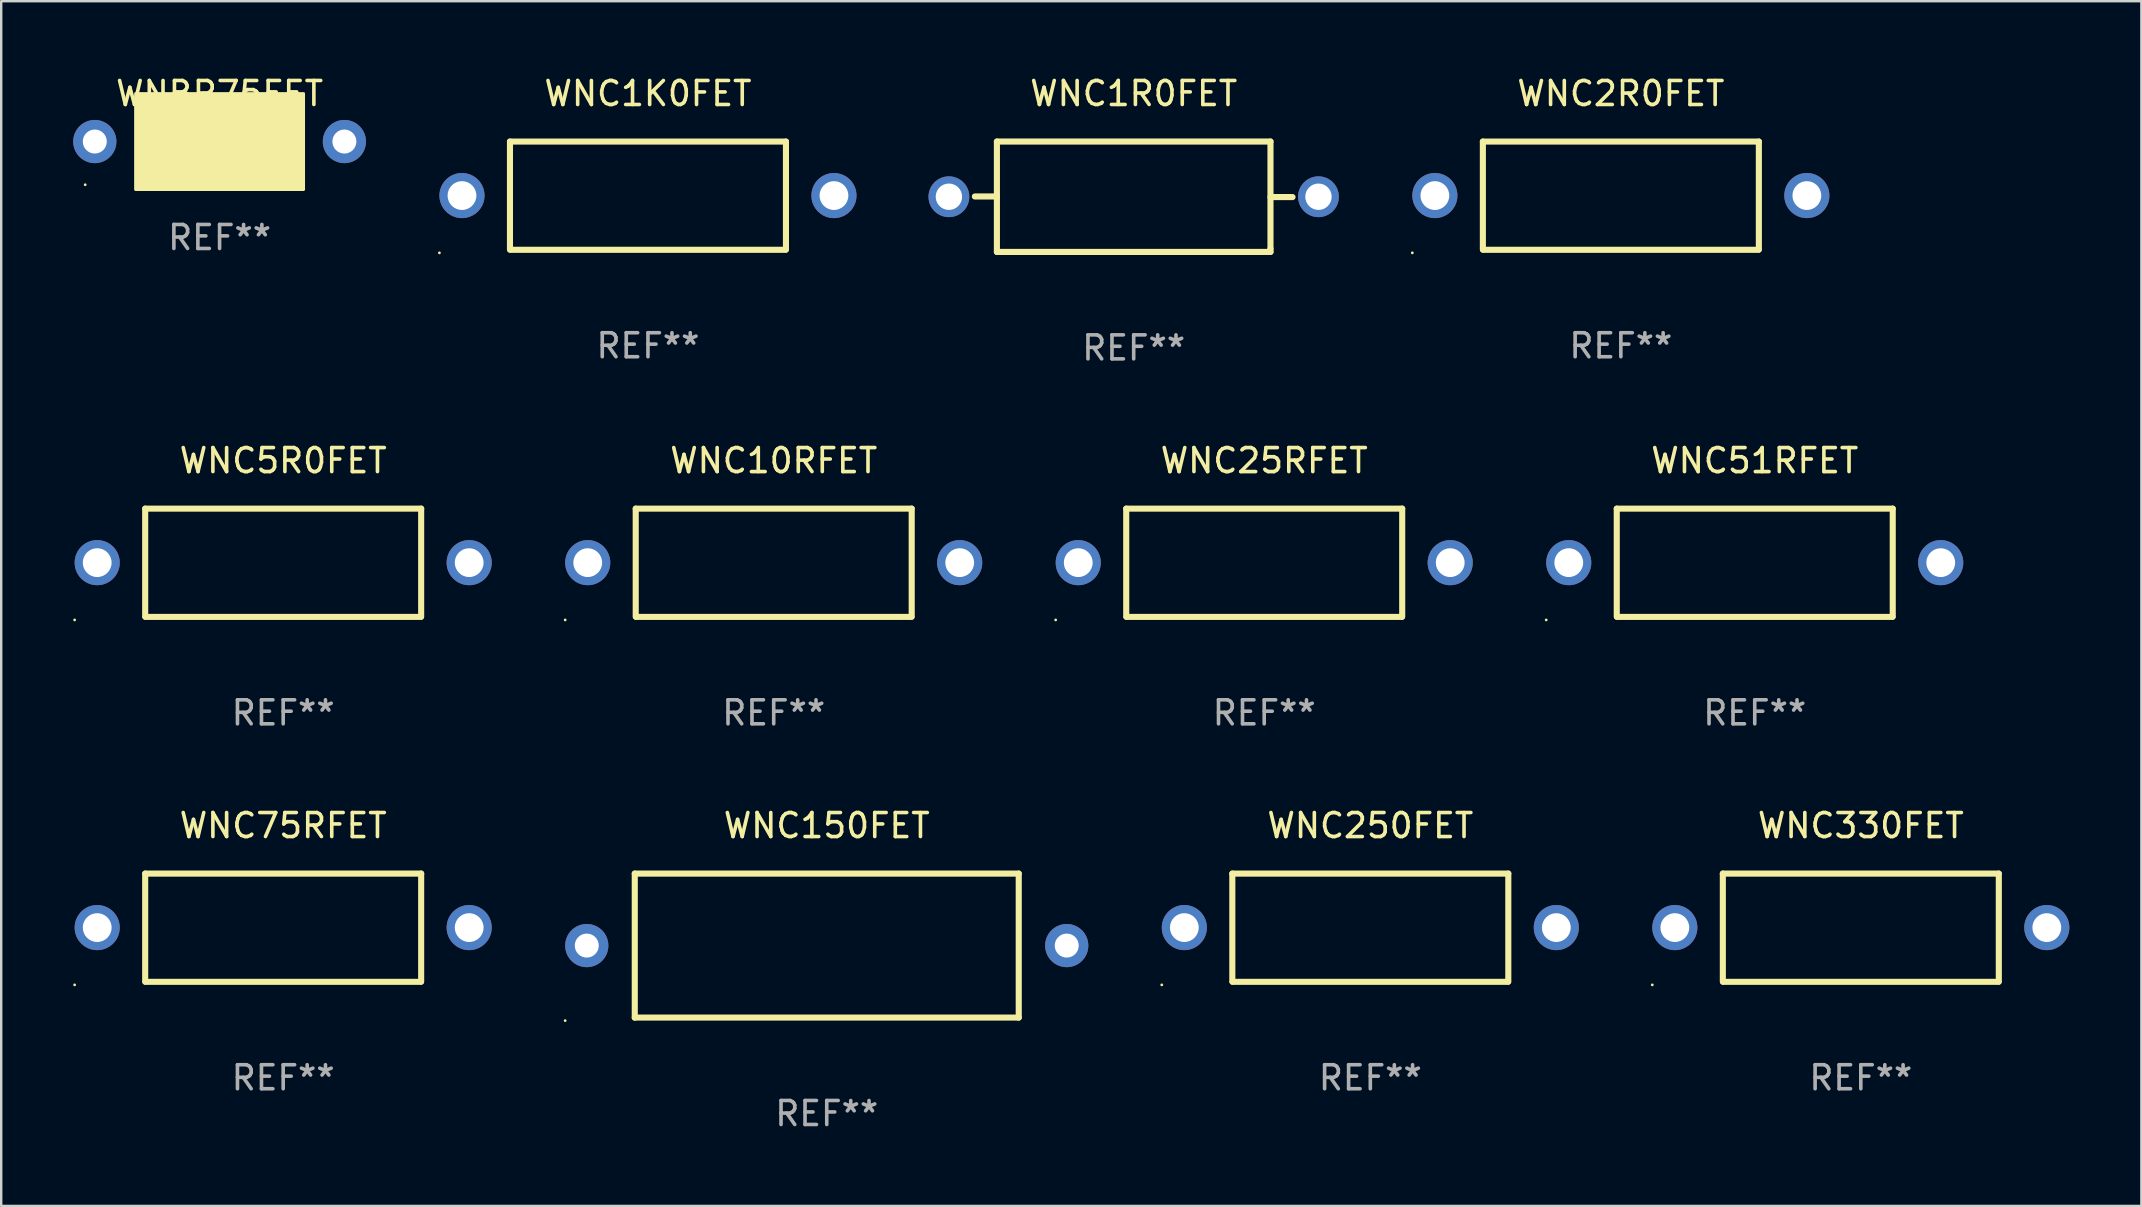
<source format=kicad_pcb>
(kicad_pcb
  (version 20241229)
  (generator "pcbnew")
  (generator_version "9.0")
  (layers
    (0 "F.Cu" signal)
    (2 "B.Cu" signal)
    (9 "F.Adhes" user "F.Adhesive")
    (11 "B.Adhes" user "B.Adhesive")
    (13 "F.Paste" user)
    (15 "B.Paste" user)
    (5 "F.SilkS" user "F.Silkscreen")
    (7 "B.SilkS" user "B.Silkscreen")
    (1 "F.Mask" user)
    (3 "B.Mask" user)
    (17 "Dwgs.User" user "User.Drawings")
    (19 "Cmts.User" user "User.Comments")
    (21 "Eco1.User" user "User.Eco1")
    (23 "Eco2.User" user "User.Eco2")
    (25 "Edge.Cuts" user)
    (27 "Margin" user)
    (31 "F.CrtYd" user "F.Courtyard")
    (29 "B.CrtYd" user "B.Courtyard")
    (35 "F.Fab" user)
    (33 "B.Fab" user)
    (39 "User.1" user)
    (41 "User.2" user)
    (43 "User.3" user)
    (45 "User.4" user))
  (footprint "WNC150FET"
    (layer "F.Cu")
    (at 31.4 36.352)
    (property "Reference" "WNC150FET" (at 0 -5 0) (layer "F.SilkS") (effects (font (size 1 1) (thickness 0.15))))
    (attr through_hole)
    (fp_line (start -8 -3) (end -8 3) (stroke (width 0.254) (type solid)) (layer "F.SilkS"))
    (fp_line (start -8 -3) (end 8 -3) (stroke (width 0.254) (type solid)) (layer "F.SilkS"))
    (fp_line (start -8 3) (end 8 3) (stroke (width 0.254) (type solid)) (layer "F.SilkS"))
    (fp_line (start 8 -3) (end 8 3) (stroke (width 0.254) (type solid)) (layer "F.SilkS"))
    (fp_circle (center -10.9 3.127) (end -10.87 3.127) (stroke (width 0.06) (type solid)) (fill no) (layer "F.SilkS"))
    (fp_text user "REF**" (at 0 7 0) (layer "F.Fab") (effects (font (size 1 1) (thickness 0.15))))
    (pad "1" thru_hole circle (at -10 0) (size 1.8 1.8) (drill 1) (layers "*.Cu" "*.Mask"))
    (pad "2" thru_hole circle (at 10 0) (size 1.8 1.8) (drill 1) (layers "*.Cu" "*.Mask")))
  (footprint "WNC5R0FET"
    (layer "F.Cu")
    (at 8.75 20.4)
    (property "Reference" "WNC5R0FET" (at 0 -4.255 0) (layer "F.SilkS") (effects (font (size 1 1) (thickness 0.15))))
    (attr through_hole)
    (fp_line (start -5.75 -2.255) (end 5.75 -2.255) (stroke (width 0.254) (type solid)) (layer "F.SilkS"))
    (fp_line (start -5.75 2.245) (end -5.75 -2.255) (stroke (width 0.254) (type solid)) (layer "F.SilkS"))
    (fp_line (start 5.74 2.255) (end -5.74 2.255) (stroke (width 0.254) (type solid)) (layer "F.SilkS"))
    (fp_line (start 5.75 -2.255) (end 5.75 2.245) (stroke (width 0.254) (type solid)) (layer "F.SilkS"))
    (fp_circle (center -8.69 2.382) (end -8.66 2.382) (stroke (width 0.06) (type solid)) (fill no) (layer "F.SilkS"))
    (fp_text user "REF**" (at 0 6.255 0) (layer "F.Fab") (effects (font (size 1 1) (thickness 0.15))))
    (pad "1" thru_hole circle (at -7.75 -0.005) (size 1.88 1.88) (drill 1.2) (layers "*.Cu" "*.Mask"))
    (pad "2" thru_hole circle (at 7.75 -0.005) (size 1.88 1.88) (drill 1.2) (layers "*.Cu" "*.Mask")))
  (footprint "WNC1K0FET"
    (layer "F.Cu")
    (at 23.95 5.104)
    (property "Reference" "WNC1K0FET" (at 0 -4.255 0) (layer "F.SilkS") (effects (font (size 1 1) (thickness 0.15))))
    (attr through_hole)
    (fp_line (start -5.75 -2.255) (end 5.75 -2.255) (stroke (width 0.254) (type solid)) (layer "F.SilkS"))
    (fp_line (start -5.75 2.245) (end -5.75 -2.255) (stroke (width 0.254) (type solid)) (layer "F.SilkS"))
    (fp_line (start 5.74 2.255) (end -5.74 2.255) (stroke (width 0.254) (type solid)) (layer "F.SilkS"))
    (fp_line (start 5.75 -2.255) (end 5.75 2.245) (stroke (width 0.254) (type solid)) (layer "F.SilkS"))
    (fp_circle (center -8.69 2.382) (end -8.66 2.382) (stroke (width 0.06) (type solid)) (fill no) (layer "F.SilkS"))
    (fp_text user "REF**" (at 0 6.255 0) (layer "F.Fab") (effects (font (size 1 1) (thickness 0.15))))
    (pad "1" thru_hole circle (at -7.75 -0.005) (size 1.88 1.88) (drill 1.2) (layers "*.Cu" "*.Mask"))
    (pad "2" thru_hole circle (at 7.75 -0.005) (size 1.88 1.88) (drill 1.2) (layers "*.Cu" "*.Mask")))
  (footprint "WNC250FET"
    (layer "F.Cu")
    (at 54.05 35.607)
    (property "Reference" "WNC250FET" (at 0 -4.255 0) (layer "F.SilkS") (effects (font (size 1 1) (thickness 0.15))))
    (attr through_hole)
    (fp_line (start -5.75 -2.255) (end 5.75 -2.255) (stroke (width 0.254) (type solid)) (layer "F.SilkS"))
    (fp_line (start -5.75 2.245) (end -5.75 -2.255) (stroke (width 0.254) (type solid)) (layer "F.SilkS"))
    (fp_line (start 5.74 2.255) (end -5.74 2.255) (stroke (width 0.254) (type solid)) (layer "F.SilkS"))
    (fp_line (start 5.75 -2.255) (end 5.75 2.245) (stroke (width 0.254) (type solid)) (layer "F.SilkS"))
    (fp_circle (center -8.69 2.382) (end -8.66 2.382) (stroke (width 0.06) (type solid)) (fill no) (layer "F.SilkS"))
    (fp_text user "REF**" (at 0 6.255 0) (layer "F.Fab") (effects (font (size 1 1) (thickness 0.15))))
    (pad "1" thru_hole circle (at -7.75 -0.005) (size 1.88 1.88) (drill 1.2) (layers "*.Cu" "*.Mask"))
    (pad "2" thru_hole circle (at 7.75 -0.005) (size 1.88 1.88) (drill 1.2) (layers "*.Cu" "*.Mask")))
  (footprint "WNC25RFET"
    (layer "F.Cu")
    (at 49.629 20.4)
    (property "Reference" "WNC25RFET" (at 0 -4.255 0) (layer "F.SilkS") (effects (font (size 1 1) (thickness 0.15))))
    (attr through_hole)
    (fp_line (start -5.75 -2.255) (end 5.75 -2.255) (stroke (width 0.254) (type solid)) (layer "F.SilkS"))
    (fp_line (start -5.75 2.245) (end -5.75 -2.255) (stroke (width 0.254) (type solid)) (layer "F.SilkS"))
    (fp_line (start 5.74 2.255) (end -5.74 2.255) (stroke (width 0.254) (type solid)) (layer "F.SilkS"))
    (fp_line (start 5.75 -2.255) (end 5.75 2.245) (stroke (width 0.254) (type solid)) (layer "F.SilkS"))
    (fp_circle (center -8.69 2.382) (end -8.66 2.382) (stroke (width 0.06) (type solid)) (fill no) (layer "F.SilkS"))
    (fp_text user "REF**" (at 0 6.255 0) (layer "F.Fab") (effects (font (size 1 1) (thickness 0.15))))
    (pad "1" thru_hole circle (at -7.75 -0.005) (size 1.88 1.88) (drill 1.2) (layers "*.Cu" "*.Mask"))
    (pad "2" thru_hole circle (at 7.75 -0.005) (size 1.88 1.88) (drill 1.2) (layers "*.Cu" "*.Mask")))
  (footprint "WNC10RFET"
    (layer "F.Cu")
    (at 29.19 20.4)
    (property "Reference" "WNC10RFET" (at 0 -4.255 0) (layer "F.SilkS") (effects (font (size 1 1) (thickness 0.15))))
    (attr through_hole)
    (fp_line (start -5.75 -2.255) (end 5.75 -2.255) (stroke (width 0.254) (type solid)) (layer "F.SilkS"))
    (fp_line (start -5.75 2.245) (end -5.75 -2.255) (stroke (width 0.254) (type solid)) (layer "F.SilkS"))
    (fp_line (start 5.74 2.255) (end -5.74 2.255) (stroke (width 0.254) (type solid)) (layer "F.SilkS"))
    (fp_line (start 5.75 -2.255) (end 5.75 2.245) (stroke (width 0.254) (type solid)) (layer "F.SilkS"))
    (fp_circle (center -8.69 2.382) (end -8.66 2.382) (stroke (width 0.06) (type solid)) (fill no) (layer "F.SilkS"))
    (fp_text user "REF**" (at 0 6.255 0) (layer "F.Fab") (effects (font (size 1 1) (thickness 0.15))))
    (pad "1" thru_hole circle (at -7.75 -0.005) (size 1.88 1.88) (drill 1.2) (layers "*.Cu" "*.Mask"))
    (pad "2" thru_hole circle (at 7.75 -0.005) (size 1.88 1.88) (drill 1.2) (layers "*.Cu" "*.Mask")))
  (footprint "WNC75RFET"
    (layer "F.Cu")
    (at 8.75 35.607)
    (property "Reference" "WNC75RFET" (at 0 -4.255 0) (layer "F.SilkS") (effects (font (size 1 1) (thickness 0.15))))
    (attr through_hole)
    (fp_line (start -5.75 -2.255) (end 5.75 -2.255) (stroke (width 0.254) (type solid)) (layer "F.SilkS"))
    (fp_line (start -5.75 2.245) (end -5.75 -2.255) (stroke (width 0.254) (type solid)) (layer "F.SilkS"))
    (fp_line (start 5.74 2.255) (end -5.74 2.255) (stroke (width 0.254) (type solid)) (layer "F.SilkS"))
    (fp_line (start 5.75 -2.255) (end 5.75 2.245) (stroke (width 0.254) (type solid)) (layer "F.SilkS"))
    (fp_circle (center -8.69 2.382) (end -8.66 2.382) (stroke (width 0.06) (type solid)) (fill no) (layer "F.SilkS"))
    (fp_text user "REF**" (at 0 6.255 0) (layer "F.Fab") (effects (font (size 1 1) (thickness 0.15))))
    (pad "1" thru_hole circle (at -7.75 -0.005) (size 1.88 1.88) (drill 1.2) (layers "*.Cu" "*.Mask"))
    (pad "2" thru_hole circle (at 7.75 -0.005) (size 1.88 1.88) (drill 1.2) (layers "*.Cu" "*.Mask")))
  (footprint "WNC51RFET"
    (layer "F.Cu")
    (at 70.069 20.4)
    (property "Reference" "WNC51RFET" (at 0 -4.255 0) (layer "F.SilkS") (effects (font (size 1 1) (thickness 0.15))))
    (attr through_hole)
    (fp_line (start -5.75 -2.255) (end 5.75 -2.255) (stroke (width 0.254) (type solid)) (layer "F.SilkS"))
    (fp_line (start -5.75 2.245) (end -5.75 -2.255) (stroke (width 0.254) (type solid)) (layer "F.SilkS"))
    (fp_line (start 5.74 2.255) (end -5.74 2.255) (stroke (width 0.254) (type solid)) (layer "F.SilkS"))
    (fp_line (start 5.75 -2.255) (end 5.75 2.245) (stroke (width 0.254) (type solid)) (layer "F.SilkS"))
    (fp_circle (center -8.69 2.382) (end -8.66 2.382) (stroke (width 0.06) (type solid)) (fill no) (layer "F.SilkS"))
    (fp_text user "REF**" (at 0 6.255 0) (layer "F.Fab") (effects (font (size 1 1) (thickness 0.15))))
    (pad "1" thru_hole circle (at -7.75 -0.005) (size 1.88 1.88) (drill 1.2) (layers "*.Cu" "*.Mask"))
    (pad "2" thru_hole circle (at 7.75 -0.005) (size 1.88 1.88) (drill 1.2) (layers "*.Cu" "*.Mask")))
  (footprint "WNC2R0FET"
    (layer "F.Cu")
    (at 64.49 5.104)
    (property "Reference" "WNC2R0FET" (at 0 -4.255 0) (layer "F.SilkS") (effects (font (size 1 1) (thickness 0.15))))
    (attr through_hole)
    (fp_line (start -5.75 -2.255) (end 5.75 -2.255) (stroke (width 0.254) (type solid)) (layer "F.SilkS"))
    (fp_line (start -5.75 2.245) (end -5.75 -2.255) (stroke (width 0.254) (type solid)) (layer "F.SilkS"))
    (fp_line (start 5.74 2.255) (end -5.74 2.255) (stroke (width 0.254) (type solid)) (layer "F.SilkS"))
    (fp_line (start 5.75 -2.255) (end 5.75 2.245) (stroke (width 0.254) (type solid)) (layer "F.SilkS"))
    (fp_circle (center -8.69 2.382) (end -8.66 2.382) (stroke (width 0.06) (type solid)) (fill no) (layer "F.SilkS"))
    (fp_text user "REF**" (at 0 6.255 0) (layer "F.Fab") (effects (font (size 1 1) (thickness 0.15))))
    (pad "1" thru_hole circle (at -7.75 -0.005) (size 1.88 1.88) (drill 1.2) (layers "*.Cu" "*.Mask"))
    (pad "2" thru_hole circle (at 7.75 -0.005) (size 1.88 1.88) (drill 1.2) (layers "*.Cu" "*.Mask")))
  (footprint "WNC1R0FET"
    (layer "F.Cu")
    (at 44.19 5.148)
    (property "Reference" "WNC1R0FET" (at 0 -4.3 0) (layer "F.SilkS") (effects (font (size 1 1) (thickness 0.15))))
    (attr through_hole)
    (fp_line (start -5.7 -2.3) (end -5.7 2.3) (stroke (width 0.254) (type solid)) (layer "F.SilkS"))
    (fp_line (start -5.7 -2.3) (end 5.7 -2.3) (stroke (width 0.254) (type solid)) (layer "F.SilkS"))
    (fp_line (start -5.7 -0.011) (end -6.619 -0.011) (stroke (width 0.254) (type solid)) (layer "F.SilkS"))
    (fp_line (start -5.7 2.3) (end 5.7 2.3) (stroke (width 0.254) (type solid)) (layer "F.SilkS"))
    (fp_line (start 5.7 -2.3) (end 5.7 2.17) (stroke (width 0.254) (type solid)) (layer "F.SilkS"))
    (fp_line (start 5.7 0.014) (end 6.619 0.014) (stroke (width 0.254) (type solid)) (layer "F.SilkS"))
    (fp_line (start 5.7 2.17) (end 5.7 2.3) (stroke (width 0.254) (type solid)) (layer "F.SilkS"))
    (fp_text user "REF**" (at 0 6.3 0) (layer "F.Fab") (effects (font (size 1 1) (thickness 0.15))))
    (pad "1" thru_hole circle (at -7.7 0) (size 1.7 1.7) (drill 1.1) (layers "*.Cu" "*.Mask"))
    (pad "2" thru_hole circle (at 7.7 0) (size 1.7 1.7) (drill 1.1) (layers "*.Cu" "*.Mask")))
  (footprint "WNBR75FET"
    (layer "F.Cu")
    (at 6.1 2.848)
    (property "Reference" "WNBR75FET" (at 0 -2 0) (layer "F.SilkS") (effects (font (size 1 1) (thickness 0.15))))
    (attr through_hole)
    (fp_circle (center -5.6 1.8) (end -5.57 1.8) (stroke (width 0.06) (type solid)) (fill no) (layer "F.SilkS"))
    (fp_poly (pts (xy -3.5 -2) (xy 3.5 -2) (xy 3.5 2) (xy -3.5 2)) (stroke (width 0.12) (type solid)) (fill yes) (layer "F.SilkS"))
    (fp_text user "REF**" (at 0 4 0) (layer "F.Fab") (effects (font (size 1 1) (thickness 0.15))))
    (pad "1" thru_hole circle (at -5.2 0) (size 1.8 1.8) (drill 1) (layers "*.Cu" "*.Mask"))
    (pad "2" thru_hole circle (at 5.2 0) (size 1.8 1.8) (drill 1) (layers "*.Cu" "*.Mask")))
  (footprint "WNC330FET"
    (layer "F.Cu")
    (at 74.489 35.607)
    (property "Reference" "WNC330FET" (at 0 -4.255 0) (layer "F.SilkS") (effects (font (size 1 1) (thickness 0.15))))
    (attr through_hole)
    (fp_line (start -5.75 -2.255) (end 5.75 -2.255) (stroke (width 0.254) (type solid)) (layer "F.SilkS"))
    (fp_line (start -5.75 2.245) (end -5.75 -2.255) (stroke (width 0.254) (type solid)) (layer "F.SilkS"))
    (fp_line (start 5.74 2.255) (end -5.74 2.255) (stroke (width 0.254) (type solid)) (layer "F.SilkS"))
    (fp_line (start 5.75 -2.255) (end 5.75 2.245) (stroke (width 0.254) (type solid)) (layer "F.SilkS"))
    (fp_circle (center -8.69 2.382) (end -8.66 2.382) (stroke (width 0.06) (type solid)) (fill no) (layer "F.SilkS"))
    (fp_text user "REF**" (at 0 6.255 0) (layer "F.Fab") (effects (font (size 1 1) (thickness 0.15))))
    (pad "1" thru_hole circle (at -7.75 -0.005) (size 1.88 1.88) (drill 1.2) (layers "*.Cu" "*.Mask"))
    (pad "2" thru_hole circle (at 7.75 -0.005) (size 1.88 1.88) (drill 1.2) (layers "*.Cu" "*.Mask")))
  (gr_rect
    (start -3 -3)
    (end 86.179 47.2)
    (stroke (width 0.1) (type default))
    (fill no)
    (layer "Edge.Cuts")))
</source>
